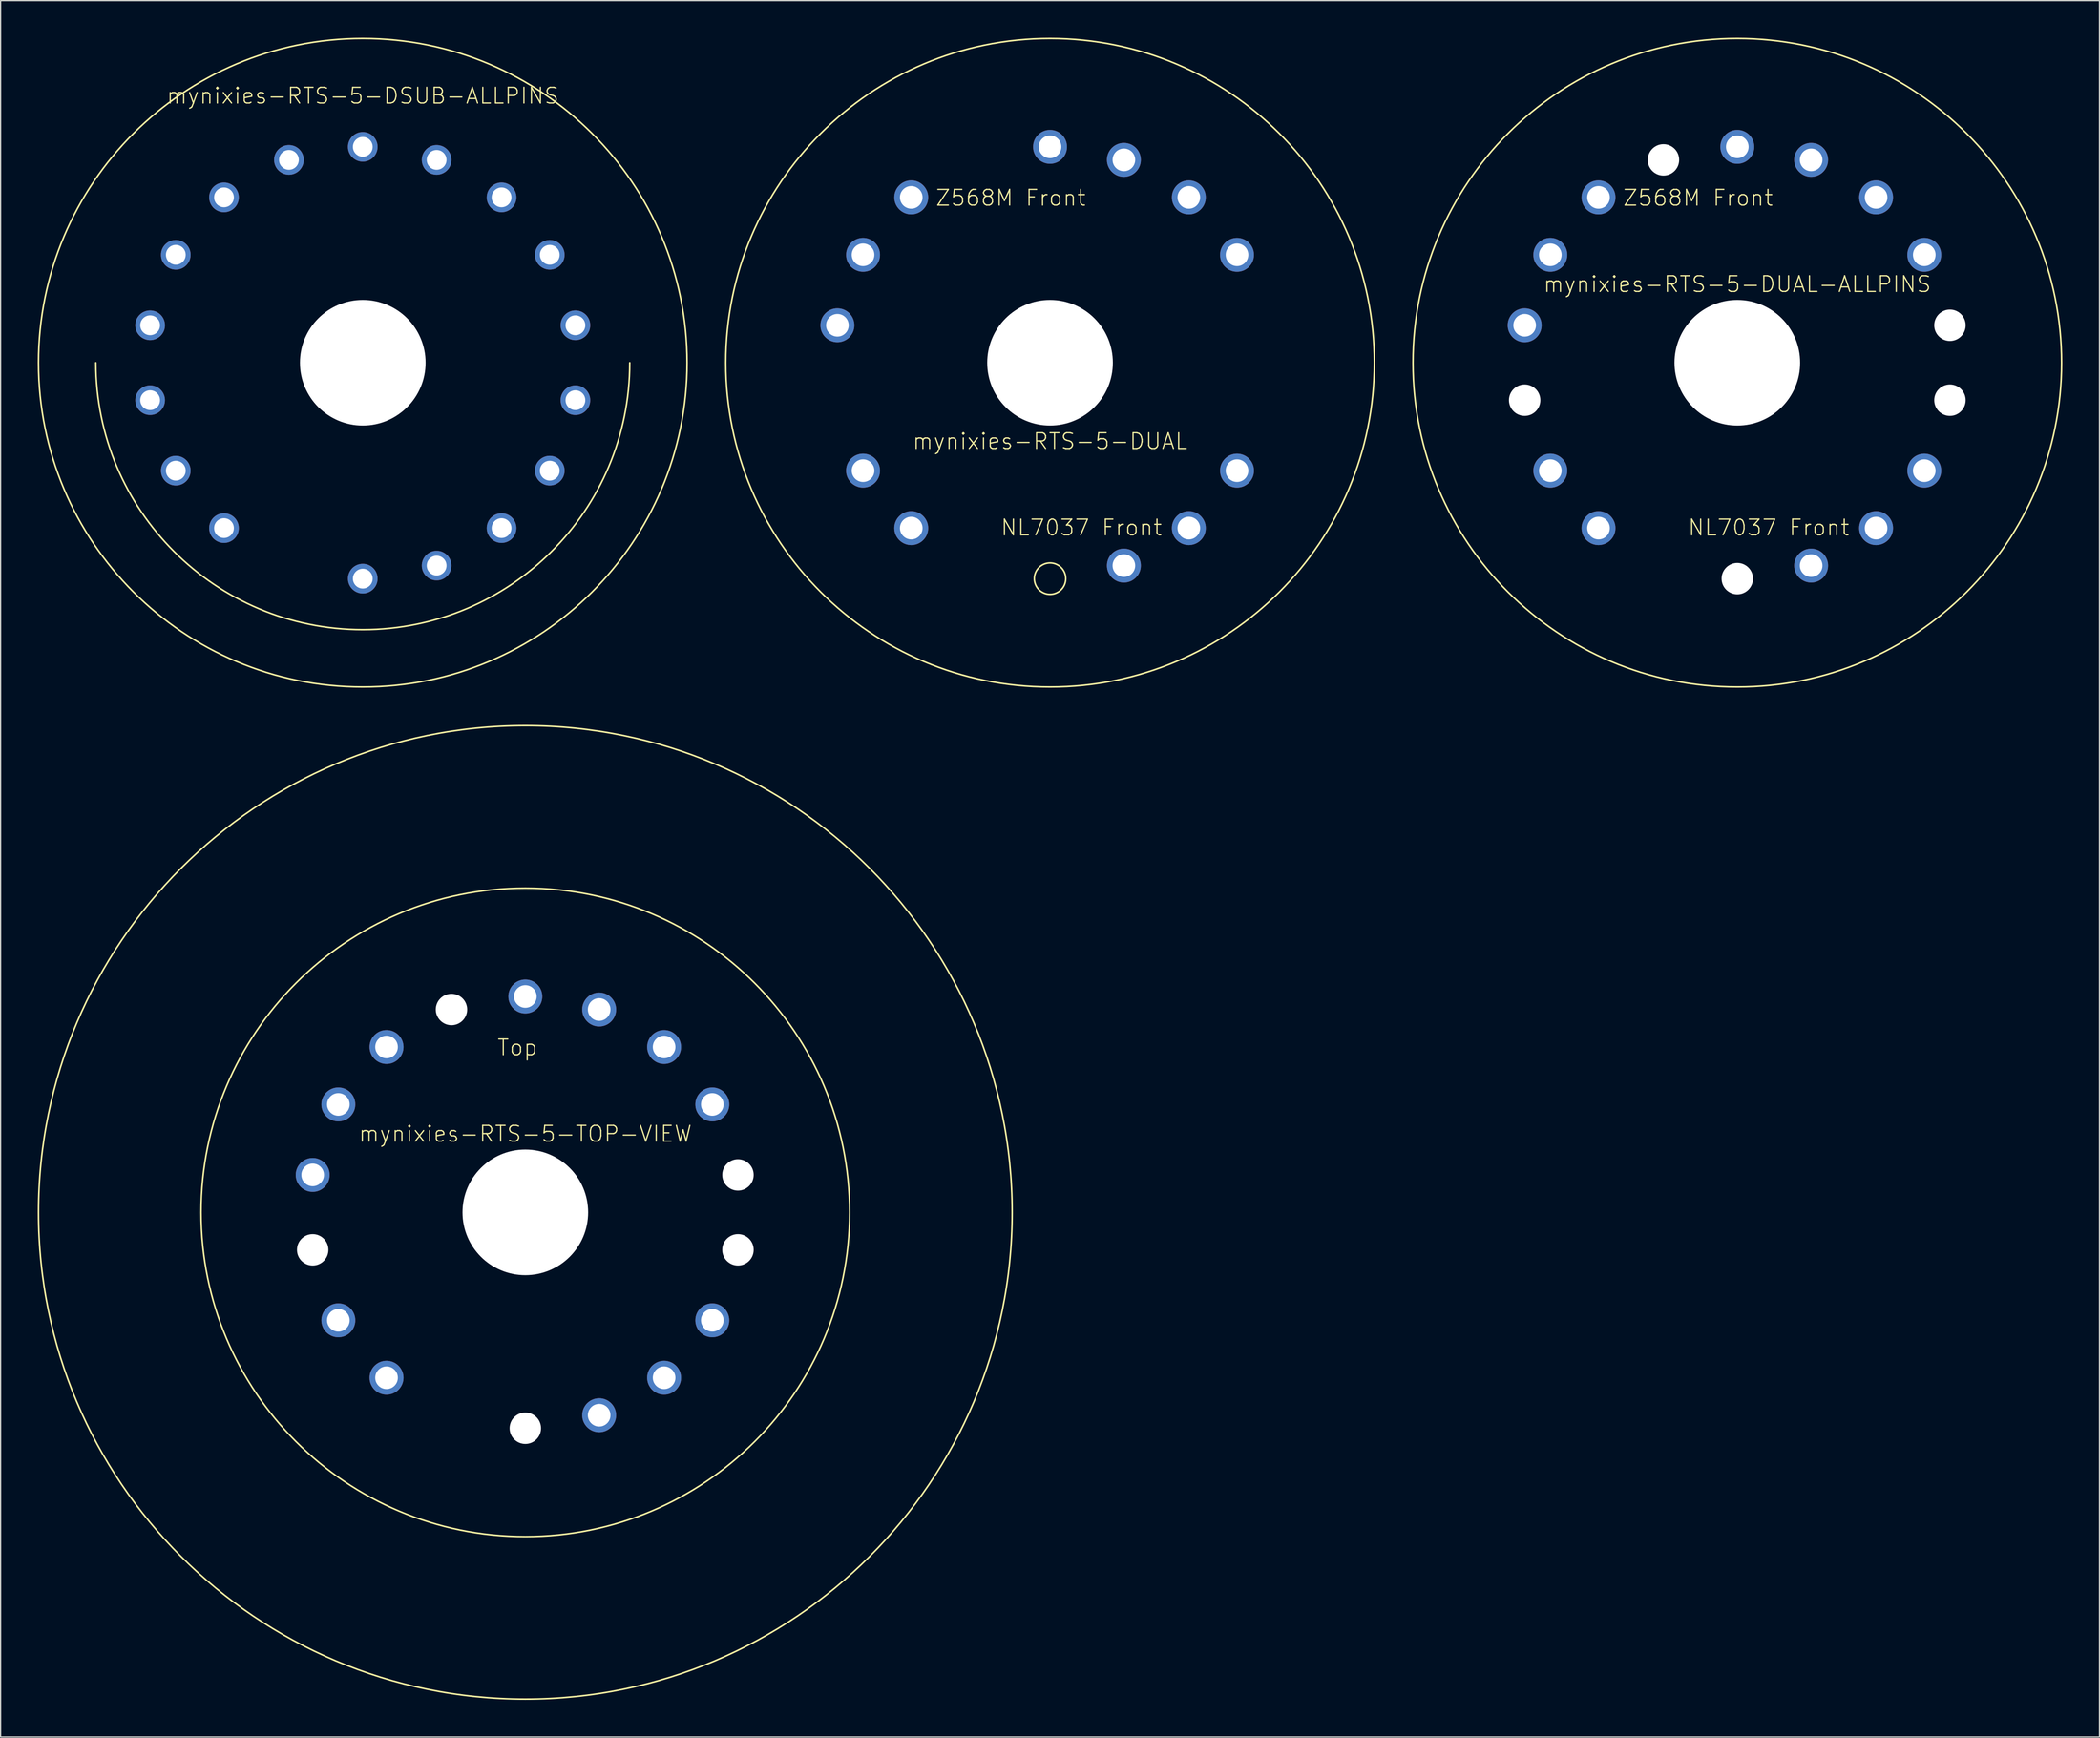
<source format=kicad_pcb>
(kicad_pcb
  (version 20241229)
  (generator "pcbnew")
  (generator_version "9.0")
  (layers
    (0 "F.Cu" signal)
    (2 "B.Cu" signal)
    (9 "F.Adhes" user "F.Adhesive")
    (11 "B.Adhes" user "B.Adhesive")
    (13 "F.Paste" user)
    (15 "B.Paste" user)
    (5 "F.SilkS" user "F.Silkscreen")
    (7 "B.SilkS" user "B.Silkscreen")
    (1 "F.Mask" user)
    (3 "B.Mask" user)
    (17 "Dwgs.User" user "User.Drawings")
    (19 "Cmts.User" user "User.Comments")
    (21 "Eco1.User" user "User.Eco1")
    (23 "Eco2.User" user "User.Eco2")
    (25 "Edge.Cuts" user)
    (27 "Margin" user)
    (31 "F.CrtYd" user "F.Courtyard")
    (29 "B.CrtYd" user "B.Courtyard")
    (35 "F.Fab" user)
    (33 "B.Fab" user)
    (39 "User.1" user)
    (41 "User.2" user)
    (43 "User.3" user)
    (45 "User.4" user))
  (footprint "mynixies-RTS-5-DSUB-ALLPINS"
    (layer "F.Cu")
    (at 26.289 26.289)
    (property "Reference" "mynixies-RTS-5-DSUB-ALLPINS" (at 0 -21.59 0) (layer "F.SilkS") (effects (font (size 1.27 1.27) (thickness 0.102))))
    (attr exclude_from_pos_files exclude_from_bom)
    (fp_arc (start 21.59 0) (mid 0 21.59) (end -21.59 0) (stroke (width 0.127) (type solid)) (layer "F.SilkS"))
    (fp_circle (center 0 0) (end 0 -26.226) (stroke (width 0.127) (type solid)) (fill no) (layer "F.SilkS"))
    (pad "" np_thru_hole circle (at 0 0) (size 10.16 10.16) (drill 10.16) (layers "*.Cu" "*.Mask"))
    (pad "P$1" thru_hole circle (at 0 17.462) (size 2.398 2.398) (drill 1.598) (layers "*.Cu" "*.Mask"))
    (pad "P$2" thru_hole circle (at 5.972 16.408) (size 2.398 2.398) (drill 1.598) (layers "*.Cu" "*.Mask"))
    (pad "P$3" thru_hole circle (at 11.224 13.376) (size 2.398 2.398) (drill 1.598) (layers "*.Cu" "*.Mask"))
    (pad "P$4" thru_hole circle (at 15.121 8.73) (size 2.398 2.398) (drill 1.598) (layers "*.Cu" "*.Mask"))
    (pad "P$5" thru_hole circle (at 17.196 3.03) (size 2.398 2.398) (drill 1.598) (layers "*.Cu" "*.Mask"))
    (pad "P$6" thru_hole circle (at 17.196 -3.03) (size 2.398 2.398) (drill 1.598) (layers "*.Cu" "*.Mask"))
    (pad "P$7" thru_hole circle (at 15.121 -8.73) (size 2.398 2.398) (drill 1.598) (layers "*.Cu" "*.Mask"))
    (pad "P$8" thru_hole circle (at 11.224 -13.376) (size 2.398 2.398) (drill 1.598) (layers "*.Cu" "*.Mask"))
    (pad "P$9" thru_hole circle (at 5.972 -16.408) (size 2.398 2.398) (drill 1.598) (layers "*.Cu" "*.Mask"))
    (pad "P$10" thru_hole circle (at 0 -17.462) (size 2.398 2.398) (drill 1.598) (layers "*.Cu" "*.Mask"))
    (pad "P$11" thru_hole circle (at -5.972 -16.408) (size 2.398 2.398) (drill 1.598) (layers "*.Cu" "*.Mask"))
    (pad "P$12" thru_hole circle (at -11.224 -13.376) (size 2.398 2.398) (drill 1.598) (layers "*.Cu" "*.Mask"))
    (pad "P$13" thru_hole circle (at -15.121 -8.73) (size 2.398 2.398) (drill 1.598) (layers "*.Cu" "*.Mask"))
    (pad "P$14" thru_hole circle (at -17.196 -3.03) (size 2.398 2.398) (drill 1.598) (layers "*.Cu" "*.Mask"))
    (pad "P$15" thru_hole circle (at -17.196 3.03) (size 2.398 2.398) (drill 1.598) (layers "*.Cu" "*.Mask"))
    (pad "P$16" thru_hole circle (at -15.121 8.73) (size 2.398 2.398) (drill 1.598) (layers "*.Cu" "*.Mask"))
    (pad "P$17" thru_hole circle (at -11.224 13.376) (size 2.398 2.398) (drill 1.598) (layers "*.Cu" "*.Mask")))
  (footprint "mynixies-RTS-5-TOP-VIEW"
    (layer "F.Cu")
    (at 39.434 95.011)
    (property "Reference" "mynixies-RTS-5-TOP-VIEW" (at 0 -6.35 0) (layer "F.SilkS") (effects (font (size 1.27 1.27) (thickness 0.102))))
    (attr exclude_from_pos_files exclude_from_bom)
    (fp_circle (center 0 0) (end 0 -39.37) (stroke (width 0.127) (type solid)) (fill no) (layer "F.SilkS"))
    (fp_circle (center 0 0) (end 0 -26.226) (stroke (width 0.127) (type solid)) (fill no) (layer "F.SilkS"))
    (fp_text user "Top" (at -0.635 -13.335 180) (layer "F.SilkS") (effects (font (size 1.27 1.27) (thickness 0.102))))
    (pad "" np_thru_hole circle (at -17.196 3.03) (size 2.54 2.54) (drill 2.54) (layers "*.Cu" "*.Mask"))
    (pad "" np_thru_hole circle (at -5.972 -16.408) (size 2.54 2.54) (drill 2.54) (layers "*.Cu" "*.Mask"))
    (pad "" np_thru_hole circle (at 0 0) (size 10.16 10.16) (drill 10.16) (layers "*.Cu" "*.Mask"))
    (pad "" np_thru_hole circle (at 0 17.462) (size 2.54 2.54) (drill 2.54) (layers "*.Cu" "*.Mask"))
    (pad "" np_thru_hole circle (at 17.196 -3.03) (size 2.54 2.54) (drill 2.54) (layers "*.Cu" "*.Mask"))
    (pad "" np_thru_hole circle (at 17.196 3.03) (size 2.54 2.54) (drill 2.54) (layers "*.Cu" "*.Mask"))
    (pad "P$2" thru_hole circle (at 5.972 16.408) (size 2.743 2.743) (drill 1.829) (layers "*.Cu" "*.Mask"))
    (pad "P$3" thru_hole circle (at 11.224 13.376) (size 2.743 2.743) (drill 1.829) (layers "*.Cu" "*.Mask"))
    (pad "P$4" thru_hole circle (at 15.121 8.73) (size 2.743 2.743) (drill 1.829) (layers "*.Cu" "*.Mask"))
    (pad "P$7" thru_hole circle (at 15.121 -8.73) (size 2.743 2.743) (drill 1.829) (layers "*.Cu" "*.Mask"))
    (pad "P$8" thru_hole circle (at 11.224 -13.376) (size 2.743 2.743) (drill 1.829) (layers "*.Cu" "*.Mask"))
    (pad "P$9" thru_hole circle (at 5.972 -16.408) (size 2.743 2.743) (drill 1.829) (layers "*.Cu" "*.Mask"))
    (pad "P$10" thru_hole circle (at 0 -17.462) (size 2.743 2.743) (drill 1.829) (layers "*.Cu" "*.Mask"))
    (pad "P$12" thru_hole circle (at -11.224 -13.376) (size 2.743 2.743) (drill 1.829) (layers "*.Cu" "*.Mask"))
    (pad "P$13" thru_hole circle (at -15.121 -8.73) (size 2.743 2.743) (drill 1.829) (layers "*.Cu" "*.Mask"))
    (pad "P$14" thru_hole circle (at -17.196 -3.03) (size 2.743 2.743) (drill 1.829) (layers "*.Cu" "*.Mask"))
    (pad "P$16" thru_hole circle (at -15.121 8.73) (size 2.743 2.743) (drill 1.829) (layers "*.Cu" "*.Mask"))
    (pad "P$17" thru_hole circle (at -11.224 13.376) (size 2.743 2.743) (drill 1.829) (layers "*.Cu" "*.Mask")))
  (footprint "mynixies-RTS-5-DUAL-ALLPINS"
    (layer "F.Cu")
    (at 137.445 26.289)
    (property "Reference" "mynixies-RTS-5-DUAL-ALLPINS" (at 0 -6.35 0) (layer "F.SilkS") (effects (font (size 1.27 1.27) (thickness 0.102))))
    (attr exclude_from_pos_files exclude_from_bom)
    (fp_circle (center 0 0) (end 0 -26.226) (stroke (width 0.127) (type solid)) (fill no) (layer "F.SilkS"))
    (fp_text user "Z568M Front" (at -3.175 -13.335 180) (layer "F.SilkS") (effects (font (size 1.27 1.27) (thickness 0.102))))
    (fp_text user "NL7037 Front" (at 2.54 13.335 0) (layer "F.SilkS") (effects (font (size 1.27 1.27) (thickness 0.102))))
    (pad "" np_thru_hole circle (at -17.196 3.03) (size 2.54 2.54) (drill 2.54) (layers "*.Cu" "*.Mask"))
    (pad "" np_thru_hole circle (at -5.972 -16.408) (size 2.54 2.54) (drill 2.54) (layers "*.Cu" "*.Mask"))
    (pad "" np_thru_hole circle (at 0 0) (size 10.16 10.16) (drill 10.16) (layers "*.Cu" "*.Mask"))
    (pad "" np_thru_hole circle (at 0 17.462) (size 2.54 2.54) (drill 2.54) (layers "*.Cu" "*.Mask"))
    (pad "" np_thru_hole circle (at 17.196 -3.03) (size 2.54 2.54) (drill 2.54) (layers "*.Cu" "*.Mask"))
    (pad "" np_thru_hole circle (at 17.196 3.03) (size 2.54 2.54) (drill 2.54) (layers "*.Cu" "*.Mask"))
    (pad "P$2" thru_hole circle (at 5.972 16.408) (size 2.743 2.743) (drill 1.829) (layers "*.Cu" "*.Mask"))
    (pad "P$3" thru_hole circle (at 11.224 13.376) (size 2.743 2.743) (drill 1.829) (layers "*.Cu" "*.Mask"))
    (pad "P$4" thru_hole circle (at 15.121 8.73) (size 2.743 2.743) (drill 1.829) (layers "*.Cu" "*.Mask"))
    (pad "P$7" thru_hole circle (at 15.121 -8.73) (size 2.743 2.743) (drill 1.829) (layers "*.Cu" "*.Mask"))
    (pad "P$8" thru_hole circle (at 11.224 -13.376) (size 2.743 2.743) (drill 1.829) (layers "*.Cu" "*.Mask"))
    (pad "P$9" thru_hole circle (at 5.972 -16.408) (size 2.743 2.743) (drill 1.829) (layers "*.Cu" "*.Mask"))
    (pad "P$10" thru_hole circle (at 0 -17.462) (size 2.743 2.743) (drill 1.829) (layers "*.Cu" "*.Mask"))
    (pad "P$12" thru_hole circle (at -11.224 -13.376) (size 2.743 2.743) (drill 1.829) (layers "*.Cu" "*.Mask"))
    (pad "P$13" thru_hole circle (at -15.121 -8.73) (size 2.743 2.743) (drill 1.829) (layers "*.Cu" "*.Mask"))
    (pad "P$14" thru_hole circle (at -17.196 -3.03) (size 2.743 2.743) (drill 1.829) (layers "*.Cu" "*.Mask"))
    (pad "P$16" thru_hole circle (at -15.121 8.73) (size 2.743 2.743) (drill 1.829) (layers "*.Cu" "*.Mask"))
    (pad "P$17" thru_hole circle (at -11.224 13.376) (size 2.743 2.743) (drill 1.829) (layers "*.Cu" "*.Mask")))
  (footprint "mynixies-RTS-5-DUAL"
    (layer "F.Cu")
    (at 81.867 26.289)
    (property "Reference" "mynixies-RTS-5-DUAL" (at 0 6.35 0) (layer "F.SilkS") (effects (font (size 1.27 1.27) (thickness 0.102))))
    (attr exclude_from_pos_files exclude_from_bom)
    (fp_circle (center 0 0) (end 0 -26.226) (stroke (width 0.127) (type solid)) (fill no) (layer "F.SilkS"))
    (fp_circle (center 0 17.462) (end 0 16.192) (stroke (width 0.127) (type solid)) (fill no) (layer "F.SilkS"))
    (fp_text user "Z568M Front" (at -3.175 -13.335 180) (layer "F.SilkS") (effects (font (size 1.27 1.27) (thickness 0.102))))
    (fp_text user "NL7037 Front" (at 2.54 13.335 0) (layer "F.SilkS") (effects (font (size 1.27 1.27) (thickness 0.102))))
    (pad "" np_thru_hole circle (at 0 0) (size 10.16 10.16) (drill 10.16) (layers "*.Cu" "*.Mask"))
    (pad "P$2" thru_hole circle (at 5.972 16.408) (size 2.743 2.743) (drill 1.829) (layers "*.Cu" "*.Mask"))
    (pad "P$3" thru_hole circle (at 11.224 13.376) (size 2.743 2.743) (drill 1.829) (layers "*.Cu" "*.Mask"))
    (pad "P$4" thru_hole circle (at 15.121 8.73) (size 2.743 2.743) (drill 1.829) (layers "*.Cu" "*.Mask"))
    (pad "P$7" thru_hole circle (at 15.121 -8.73) (size 2.743 2.743) (drill 1.829) (layers "*.Cu" "*.Mask"))
    (pad "P$8" thru_hole circle (at 11.224 -13.376) (size 2.743 2.743) (drill 1.829) (layers "*.Cu" "*.Mask"))
    (pad "P$9" thru_hole circle (at 5.972 -16.408) (size 2.743 2.743) (drill 1.829) (layers "*.Cu" "*.Mask"))
    (pad "P$10" thru_hole circle (at 0 -17.462) (size 2.743 2.743) (drill 1.829) (layers "*.Cu" "*.Mask"))
    (pad "P$12" thru_hole circle (at -11.224 -13.376) (size 2.743 2.743) (drill 1.829) (layers "*.Cu" "*.Mask"))
    (pad "P$13" thru_hole circle (at -15.121 -8.73) (size 2.743 2.743) (drill 1.829) (layers "*.Cu" "*.Mask"))
    (pad "P$14" thru_hole circle (at -17.196 -3.03) (size 2.743 2.743) (drill 1.829) (layers "*.Cu" "*.Mask"))
    (pad "P$16" thru_hole circle (at -15.121 8.73) (size 2.743 2.743) (drill 1.829) (layers "*.Cu" "*.Mask"))
    (pad "P$17" thru_hole circle (at -11.224 13.376) (size 2.743 2.743) (drill 1.829) (layers "*.Cu" "*.Mask")))
  (gr_rect
    (start -3 -3)
    (end 166.734 137.445)
    (stroke (width 0.1) (type default))
    (fill no)
    (layer "Edge.Cuts")))
</source>
